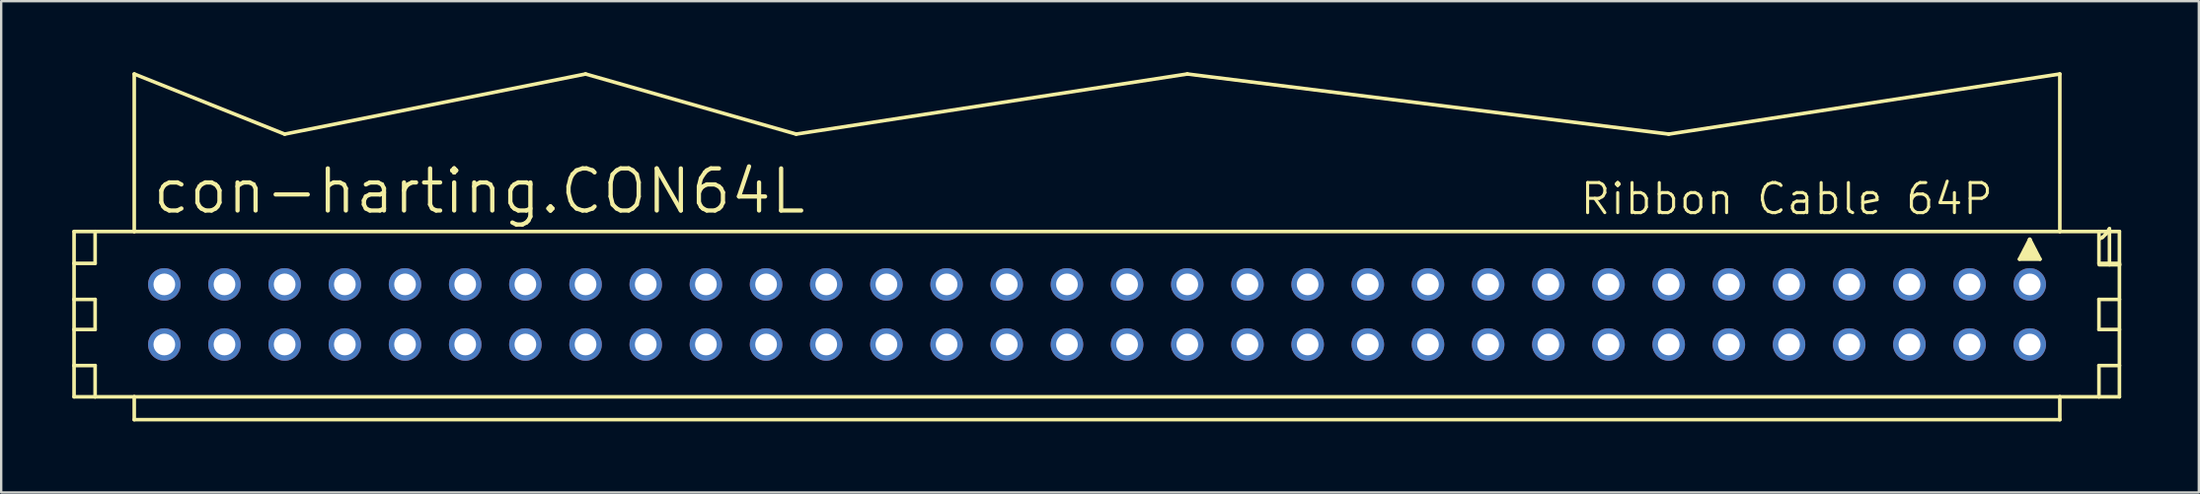
<source format=kicad_pcb>
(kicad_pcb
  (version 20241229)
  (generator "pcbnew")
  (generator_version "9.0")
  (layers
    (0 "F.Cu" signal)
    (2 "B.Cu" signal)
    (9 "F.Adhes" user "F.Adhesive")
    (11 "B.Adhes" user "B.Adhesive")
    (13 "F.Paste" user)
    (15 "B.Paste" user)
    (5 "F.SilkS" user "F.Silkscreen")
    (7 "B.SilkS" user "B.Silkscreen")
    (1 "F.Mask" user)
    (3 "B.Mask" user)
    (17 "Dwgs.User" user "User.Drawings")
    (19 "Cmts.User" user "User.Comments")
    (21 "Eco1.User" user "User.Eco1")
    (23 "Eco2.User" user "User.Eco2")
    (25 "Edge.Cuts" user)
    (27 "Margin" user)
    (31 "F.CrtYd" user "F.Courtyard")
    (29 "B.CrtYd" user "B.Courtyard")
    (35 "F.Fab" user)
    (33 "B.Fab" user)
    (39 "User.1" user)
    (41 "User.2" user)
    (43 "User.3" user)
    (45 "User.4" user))
  (footprint "con-harting.CON64L"
    (layer "F.Cu")
    (at 43.256 10.236)
    (property "Reference" "con-harting.CON64L" (at -39.954 -4.166 0) (layer "F.SilkS") (effects (font (size 1.778 1.778) (thickness 0.18)) (justify left bottom)))
    (attr through_hole)
    (fp_line (start -43.18 -3.505) (end -43.18 -2.159) (stroke (width 0.152) (type default)) (layer "F.SilkS"))
    (fp_line (start -43.18 -2.159) (end -43.18 -0.635) (stroke (width 0.152) (type default)) (layer "F.SilkS"))
    (fp_line (start -43.18 -2.159) (end -42.291 -2.159) (stroke (width 0.152) (type default)) (layer "F.SilkS"))
    (fp_line (start -43.18 -0.635) (end -43.18 0.635) (stroke (width 0.152) (type default)) (layer "F.SilkS"))
    (fp_line (start -43.18 -0.635) (end -42.291 -0.635) (stroke (width 0.152) (type default)) (layer "F.SilkS"))
    (fp_line (start -43.18 0.635) (end -43.18 2.159) (stroke (width 0.152) (type default)) (layer "F.SilkS"))
    (fp_line (start -43.18 0.635) (end -42.291 0.635) (stroke (width 0.152) (type default)) (layer "F.SilkS"))
    (fp_line (start -43.18 2.159) (end -43.18 3.48) (stroke (width 0.152) (type default)) (layer "F.SilkS"))
    (fp_line (start -43.18 2.159) (end -42.291 2.159) (stroke (width 0.152) (type default)) (layer "F.SilkS"))
    (fp_line (start -43.18 3.48) (end -42.291 3.48) (stroke (width 0.152) (type default)) (layer "F.SilkS"))
    (fp_line (start -42.291 -3.505) (end -43.18 -3.505) (stroke (width 0.152) (type default)) (layer "F.SilkS"))
    (fp_line (start -42.291 -3.505) (end -42.291 -2.159) (stroke (width 0.152) (type default)) (layer "F.SilkS"))
    (fp_line (start -42.291 -0.635) (end -42.291 0.635) (stroke (width 0.152) (type default)) (layer "F.SilkS"))
    (fp_line (start -42.291 2.159) (end -42.291 3.48) (stroke (width 0.152) (type default)) (layer "F.SilkS"))
    (fp_line (start -42.291 3.48) (end -40.64 3.48) (stroke (width 0.152) (type default)) (layer "F.SilkS"))
    (fp_line (start -40.64 -10.16) (end -40.64 -3.505) (stroke (width 0.152) (type default)) (layer "F.SilkS"))
    (fp_line (start -40.64 -3.505) (end -42.291 -3.505) (stroke (width 0.152) (type default)) (layer "F.SilkS"))
    (fp_line (start -40.64 3.48) (end 40.64 3.48) (stroke (width 0.152) (type default)) (layer "F.SilkS"))
    (fp_line (start -40.64 4.445) (end -40.64 3.48) (stroke (width 0.152) (type default)) (layer "F.SilkS"))
    (fp_line (start -34.29 -7.62) (end -40.64 -10.16) (stroke (width 0.152) (type default)) (layer "F.SilkS"))
    (fp_line (start -34.29 -7.62) (end -21.59 -10.16) (stroke (width 0.152) (type default)) (layer "F.SilkS"))
    (fp_line (start -12.7 -7.62) (end -21.59 -10.16) (stroke (width 0.152) (type default)) (layer "F.SilkS"))
    (fp_line (start -12.7 -7.62) (end 3.81 -10.16) (stroke (width 0.152) (type default)) (layer "F.SilkS"))
    (fp_line (start 3.81 -10.16) (end 24.13 -7.62) (stroke (width 0.152) (type default)) (layer "F.SilkS"))
    (fp_line (start 24.13 -7.62) (end 40.64 -10.16) (stroke (width 0.152) (type default)) (layer "F.SilkS"))
    (fp_line (start 38.938 -2.337) (end 39.37 -3.175) (stroke (width 0.152) (type default)) (layer "F.SilkS"))
    (fp_line (start 39.37 -3.175) (end 39.37 -2.921) (stroke (width 0.152) (type default)) (layer "F.SilkS"))
    (fp_line (start 39.37 -3.175) (end 39.802 -2.337) (stroke (width 0.152) (type default)) (layer "F.SilkS"))
    (fp_line (start 39.802 -2.337) (end 38.938 -2.337) (stroke (width 0.152) (type default)) (layer "F.SilkS"))
    (fp_line (start 40.64 -3.505) (end -40.64 -3.505) (stroke (width 0.152) (type default)) (layer "F.SilkS"))
    (fp_line (start 40.64 -3.505) (end 40.64 -10.16) (stroke (width 0.152) (type default)) (layer "F.SilkS"))
    (fp_line (start 40.64 3.48) (end 40.64 4.445) (stroke (width 0.152) (type default)) (layer "F.SilkS"))
    (fp_line (start 40.64 3.48) (end 42.291 3.48) (stroke (width 0.152) (type default)) (layer "F.SilkS"))
    (fp_line (start 40.64 4.445) (end -40.64 4.445) (stroke (width 0.152) (type default)) (layer "F.SilkS"))
    (fp_line (start 42.291 -3.505) (end 40.64 -3.505) (stroke (width 0.152) (type default)) (layer "F.SilkS"))
    (fp_line (start 42.291 -3.505) (end 42.291 -2.159) (stroke (width 0.152) (type default)) (layer "F.SilkS"))
    (fp_line (start 42.291 -2.159) (end 43.155 -2.159) (stroke (width 0.152) (type default)) (layer "F.SilkS"))
    (fp_line (start 42.291 -0.635) (end 42.291 0.635) (stroke (width 0.152) (type default)) (layer "F.SilkS"))
    (fp_line (start 42.291 -0.635) (end 43.155 -0.635) (stroke (width 0.152) (type default)) (layer "F.SilkS"))
    (fp_line (start 42.291 0.635) (end 43.155 0.635) (stroke (width 0.152) (type default)) (layer "F.SilkS"))
    (fp_line (start 42.291 2.159) (end 42.291 3.48) (stroke (width 0.152) (type default)) (layer "F.SilkS"))
    (fp_line (start 42.291 2.159) (end 43.155 2.159) (stroke (width 0.152) (type default)) (layer "F.SilkS"))
    (fp_line (start 42.291 3.48) (end 43.155 3.48) (stroke (width 0.152) (type default)) (layer "F.SilkS"))
    (fp_line (start 43.155 -3.505) (end 42.291 -3.505) (stroke (width 0.152) (type default)) (layer "F.SilkS"))
    (fp_line (start 43.155 -2.159) (end 43.155 -3.505) (stroke (width 0.152) (type default)) (layer "F.SilkS"))
    (fp_line (start 43.155 -0.635) (end 43.155 -2.159) (stroke (width 0.152) (type default)) (layer "F.SilkS"))
    (fp_line (start 43.155 0.635) (end 43.155 -0.635) (stroke (width 0.152) (type default)) (layer "F.SilkS"))
    (fp_line (start 43.155 2.159) (end 43.155 0.635) (stroke (width 0.152) (type default)) (layer "F.SilkS"))
    (fp_line (start 43.155 3.48) (end 43.155 2.159) (stroke (width 0.152) (type default)) (layer "F.SilkS"))
    (fp_rect (start 38.989 -2.388) (end 39.37 -2.515) (stroke (width 0.05) (type default)) (fill yes) (layer "F.SilkS"))
    (fp_rect (start 39.116 -2.515) (end 39.624 -2.769) (stroke (width 0.05) (type default)) (fill yes) (layer "F.SilkS"))
    (fp_rect (start 39.243 -2.718) (end 39.497 -2.972) (stroke (width 0.05) (type default)) (fill yes) (layer "F.SilkS"))
    (fp_rect (start 39.37 -2.388) (end 39.751 -2.515) (stroke (width 0.05) (type default)) (fill yes) (layer "F.SilkS"))
    (fp_text user "1" (at 41.91 -1.905 180) (layer "F.SilkS") (effects (font (size 1.524 1.524) (thickness 0.15)) (justify left bottom)))
    (fp_text user "Ribbon Cable 64P" (at 20.32 -4.14 0) (layer "F.SilkS") (effects (font (size 1.27 1.27) (thickness 0.13)) (justify left bottom)))
    (pad "1" thru_hole circle (at 39.37 -1.27) (size 1.372 1.372) (drill 0.914) (layers "*.Cu" "*.Mask"))
    (pad "2" thru_hole circle (at 39.37 1.27) (size 1.372 1.372) (drill 0.914) (layers "*.Cu" "*.Mask"))
    (pad "3" thru_hole circle (at 36.83 -1.27) (size 1.372 1.372) (drill 0.914) (layers "*.Cu" "*.Mask"))
    (pad "4" thru_hole circle (at 36.83 1.27) (size 1.372 1.372) (drill 0.914) (layers "*.Cu" "*.Mask"))
    (pad "5" thru_hole circle (at 34.29 -1.27) (size 1.372 1.372) (drill 0.914) (layers "*.Cu" "*.Mask"))
    (pad "6" thru_hole circle (at 34.29 1.27) (size 1.372 1.372) (drill 0.914) (layers "*.Cu" "*.Mask"))
    (pad "7" thru_hole circle (at 31.75 -1.27) (size 1.372 1.372) (drill 0.914) (layers "*.Cu" "*.Mask"))
    (pad "8" thru_hole circle (at 31.75 1.27) (size 1.372 1.372) (drill 0.914) (layers "*.Cu" "*.Mask"))
    (pad "9" thru_hole circle (at 29.21 -1.27) (size 1.372 1.372) (drill 0.914) (layers "*.Cu" "*.Mask"))
    (pad "10" thru_hole circle (at 29.21 1.27) (size 1.372 1.372) (drill 0.914) (layers "*.Cu" "*.Mask"))
    (pad "11" thru_hole circle (at 26.67 -1.27) (size 1.372 1.372) (drill 0.914) (layers "*.Cu" "*.Mask"))
    (pad "12" thru_hole circle (at 26.67 1.27) (size 1.372 1.372) (drill 0.914) (layers "*.Cu" "*.Mask"))
    (pad "13" thru_hole circle (at 24.13 -1.27) (size 1.372 1.372) (drill 0.914) (layers "*.Cu" "*.Mask"))
    (pad "14" thru_hole circle (at 24.13 1.27) (size 1.372 1.372) (drill 0.914) (layers "*.Cu" "*.Mask"))
    (pad "15" thru_hole circle (at 21.59 -1.27) (size 1.372 1.372) (drill 0.914) (layers "*.Cu" "*.Mask"))
    (pad "16" thru_hole circle (at 21.59 1.27) (size 1.372 1.372) (drill 0.914) (layers "*.Cu" "*.Mask"))
    (pad "17" thru_hole circle (at 19.05 -1.27) (size 1.372 1.372) (drill 0.914) (layers "*.Cu" "*.Mask"))
    (pad "18" thru_hole circle (at 19.05 1.27) (size 1.372 1.372) (drill 0.914) (layers "*.Cu" "*.Mask"))
    (pad "19" thru_hole circle (at 16.51 -1.27) (size 1.372 1.372) (drill 0.914) (layers "*.Cu" "*.Mask"))
    (pad "20" thru_hole circle (at 16.51 1.27) (size 1.372 1.372) (drill 0.914) (layers "*.Cu" "*.Mask"))
    (pad "21" thru_hole circle (at 13.97 -1.27) (size 1.372 1.372) (drill 0.914) (layers "*.Cu" "*.Mask"))
    (pad "22" thru_hole circle (at 13.97 1.27) (size 1.372 1.372) (drill 0.914) (layers "*.Cu" "*.Mask"))
    (pad "23" thru_hole circle (at 11.43 -1.27) (size 1.372 1.372) (drill 0.914) (layers "*.Cu" "*.Mask"))
    (pad "24" thru_hole circle (at 11.43 1.27) (size 1.372 1.372) (drill 0.914) (layers "*.Cu" "*.Mask"))
    (pad "25" thru_hole circle (at 8.89 -1.27) (size 1.372 1.372) (drill 0.914) (layers "*.Cu" "*.Mask"))
    (pad "26" thru_hole circle (at 8.89 1.27) (size 1.372 1.372) (drill 0.914) (layers "*.Cu" "*.Mask"))
    (pad "27" thru_hole circle (at 6.35 -1.27) (size 1.372 1.372) (drill 0.914) (layers "*.Cu" "*.Mask"))
    (pad "28" thru_hole circle (at 6.35 1.27) (size 1.372 1.372) (drill 0.914) (layers "*.Cu" "*.Mask"))
    (pad "29" thru_hole circle (at 3.81 -1.27) (size 1.372 1.372) (drill 0.914) (layers "*.Cu" "*.Mask"))
    (pad "30" thru_hole circle (at 3.81 1.27) (size 1.372 1.372) (drill 0.914) (layers "*.Cu" "*.Mask"))
    (pad "31" thru_hole circle (at 1.27 -1.27) (size 1.372 1.372) (drill 0.914) (layers "*.Cu" "*.Mask"))
    (pad "32" thru_hole circle (at 1.27 1.27) (size 1.372 1.372) (drill 0.914) (layers "*.Cu" "*.Mask"))
    (pad "33" thru_hole circle (at -1.27 -1.27) (size 1.372 1.372) (drill 0.914) (layers "*.Cu" "*.Mask"))
    (pad "34" thru_hole circle (at -1.27 1.27) (size 1.372 1.372) (drill 0.914) (layers "*.Cu" "*.Mask"))
    (pad "35" thru_hole circle (at -3.81 -1.27) (size 1.372 1.372) (drill 0.914) (layers "*.Cu" "*.Mask"))
    (pad "36" thru_hole circle (at -3.81 1.27) (size 1.372 1.372) (drill 0.914) (layers "*.Cu" "*.Mask"))
    (pad "37" thru_hole circle (at -6.35 -1.27) (size 1.372 1.372) (drill 0.914) (layers "*.Cu" "*.Mask"))
    (pad "38" thru_hole circle (at -6.35 1.27) (size 1.372 1.372) (drill 0.914) (layers "*.Cu" "*.Mask"))
    (pad "39" thru_hole circle (at -8.89 -1.27) (size 1.372 1.372) (drill 0.914) (layers "*.Cu" "*.Mask"))
    (pad "40" thru_hole circle (at -8.89 1.27) (size 1.372 1.372) (drill 0.914) (layers "*.Cu" "*.Mask"))
    (pad "41" thru_hole circle (at -11.43 -1.27) (size 1.372 1.372) (drill 0.914) (layers "*.Cu" "*.Mask"))
    (pad "42" thru_hole circle (at -11.43 1.27) (size 1.372 1.372) (drill 0.914) (layers "*.Cu" "*.Mask"))
    (pad "43" thru_hole circle (at -13.97 -1.27) (size 1.372 1.372) (drill 0.914) (layers "*.Cu" "*.Mask"))
    (pad "44" thru_hole circle (at -13.97 1.27) (size 1.372 1.372) (drill 0.914) (layers "*.Cu" "*.Mask"))
    (pad "45" thru_hole circle (at -16.51 -1.27) (size 1.372 1.372) (drill 0.914) (layers "*.Cu" "*.Mask"))
    (pad "46" thru_hole circle (at -16.51 1.27) (size 1.372 1.372) (drill 0.914) (layers "*.Cu" "*.Mask"))
    (pad "47" thru_hole circle (at -19.05 -1.27) (size 1.372 1.372) (drill 0.914) (layers "*.Cu" "*.Mask"))
    (pad "48" thru_hole circle (at -19.05 1.27) (size 1.372 1.372) (drill 0.914) (layers "*.Cu" "*.Mask"))
    (pad "49" thru_hole circle (at -21.59 -1.27) (size 1.372 1.372) (drill 0.914) (layers "*.Cu" "*.Mask"))
    (pad "50" thru_hole circle (at -21.59 1.27) (size 1.372 1.372) (drill 0.914) (layers "*.Cu" "*.Mask"))
    (pad "51" thru_hole circle (at -24.13 -1.27) (size 1.372 1.372) (drill 0.914) (layers "*.Cu" "*.Mask"))
    (pad "52" thru_hole circle (at -24.13 1.27) (size 1.372 1.372) (drill 0.914) (layers "*.Cu" "*.Mask"))
    (pad "53" thru_hole circle (at -26.67 -1.27) (size 1.372 1.372) (drill 0.914) (layers "*.Cu" "*.Mask"))
    (pad "54" thru_hole circle (at -26.67 1.27) (size 1.372 1.372) (drill 0.914) (layers "*.Cu" "*.Mask"))
    (pad "55" thru_hole circle (at -29.21 -1.27) (size 1.372 1.372) (drill 0.914) (layers "*.Cu" "*.Mask"))
    (pad "56" thru_hole circle (at -29.21 1.27) (size 1.372 1.372) (drill 0.914) (layers "*.Cu" "*.Mask"))
    (pad "57" thru_hole circle (at -31.75 -1.27) (size 1.372 1.372) (drill 0.914) (layers "*.Cu" "*.Mask"))
    (pad "58" thru_hole circle (at -31.75 1.27) (size 1.372 1.372) (drill 0.914) (layers "*.Cu" "*.Mask"))
    (pad "59" thru_hole circle (at -34.29 -1.27) (size 1.372 1.372) (drill 0.914) (layers "*.Cu" "*.Mask"))
    (pad "60" thru_hole circle (at -34.29 1.27) (size 1.372 1.372) (drill 0.914) (layers "*.Cu" "*.Mask"))
    (pad "61" thru_hole circle (at -36.83 -1.27) (size 1.372 1.372) (drill 0.914) (layers "*.Cu" "*.Mask"))
    (pad "62" thru_hole circle (at -36.83 1.27) (size 1.372 1.372) (drill 0.914) (layers "*.Cu" "*.Mask"))
    (pad "63" thru_hole circle (at -39.37 -1.27) (size 1.372 1.372) (drill 0.914) (layers "*.Cu" "*.Mask"))
    (pad "64" thru_hole circle (at -39.37 1.27) (size 1.372 1.372) (drill 0.914) (layers "*.Cu" "*.Mask")))
  (gr_rect
    (start -3 -3)
    (end 89.763 17.757)
    (stroke (width 0.1) (type default))
    (fill no)
    (layer "Edge.Cuts")))
</source>
